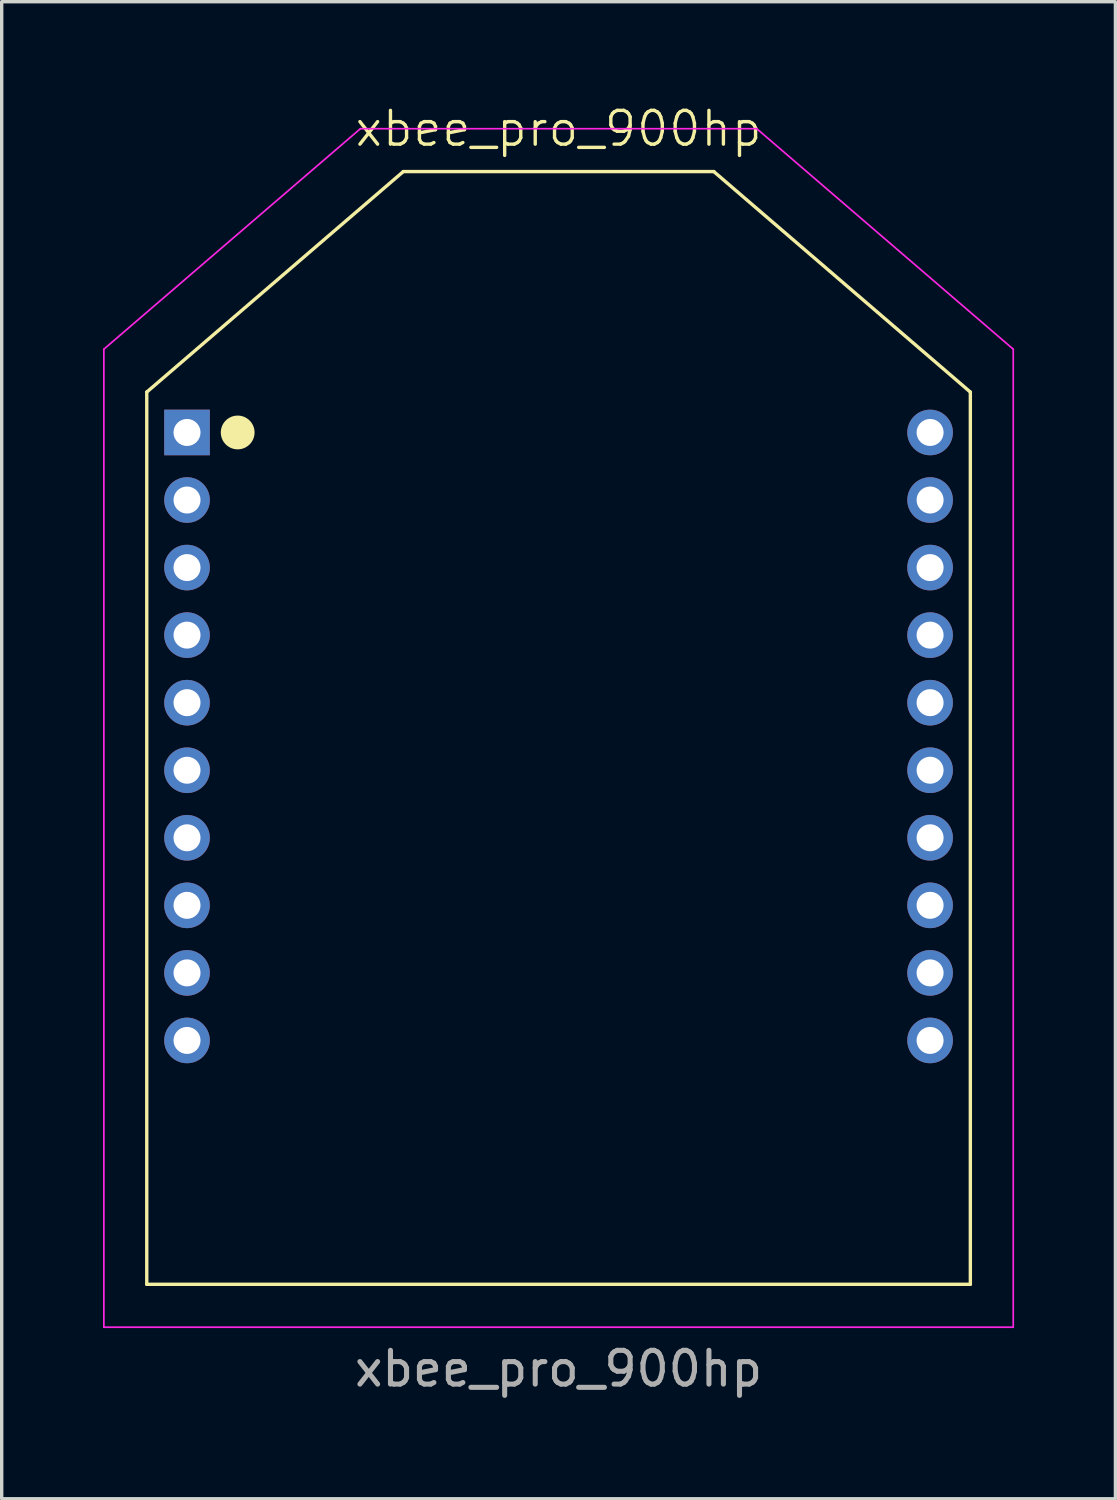
<source format=kicad_pcb>
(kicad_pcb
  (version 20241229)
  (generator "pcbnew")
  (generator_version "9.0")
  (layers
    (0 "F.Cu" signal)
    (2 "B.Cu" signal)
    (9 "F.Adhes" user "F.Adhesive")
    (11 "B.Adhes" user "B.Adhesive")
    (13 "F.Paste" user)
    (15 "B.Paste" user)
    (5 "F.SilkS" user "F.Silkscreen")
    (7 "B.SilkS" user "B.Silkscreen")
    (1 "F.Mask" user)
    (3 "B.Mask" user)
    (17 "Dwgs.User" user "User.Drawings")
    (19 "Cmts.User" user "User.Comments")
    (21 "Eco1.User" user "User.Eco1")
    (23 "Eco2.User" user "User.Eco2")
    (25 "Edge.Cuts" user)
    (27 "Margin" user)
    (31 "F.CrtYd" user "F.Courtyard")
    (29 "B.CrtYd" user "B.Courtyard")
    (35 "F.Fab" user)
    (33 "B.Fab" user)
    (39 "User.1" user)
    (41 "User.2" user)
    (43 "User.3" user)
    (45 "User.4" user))
  (footprint "xbee_pro_900hp"
    (layer "F.Cu")
    (at 13.487 34.974)
    (property "Reference" "xbee_pro_900hp" (at 0 -34.214 0) (unlocked yes) (layer "F.SilkS") (effects (font (size 1 1) (thickness 0.1))))
    (attr through_hole)
    (fp_line (start -12.192 0) (end -12.192 -26.416) (stroke (width 0.1) (type default)) (layer "F.SilkS"))
    (fp_line (start -12.192 0) (end 12.192 0) (stroke (width 0.1) (type default)) (layer "F.SilkS"))
    (fp_line (start -4.597 -32.944) (end -12.192 -26.416) (stroke (width 0.1) (type default)) (layer "F.SilkS"))
    (fp_line (start -4.597 -32.944) (end 4.597 -32.944) (stroke (width 0.1) (type default)) (layer "F.SilkS"))
    (fp_line (start 4.597 -32.944) (end 12.192 -26.416) (stroke (width 0.1) (type default)) (layer "F.SilkS"))
    (fp_line (start 12.192 0) (end 12.192 -26.416) (stroke (width 0.1) (type default)) (layer "F.SilkS"))
    (fp_circle (center -9.5 -25.22) (end -9 -25.22) (stroke (width 0) (type solid)) (fill yes) (layer "F.SilkS"))
    (fp_line (start -13.462 -27.686) (end -13.462 1.27) (stroke (width 0.05) (type default)) (layer "F.CrtYd"))
    (fp_line (start -5.867 -34.214) (end -13.462 -27.686) (stroke (width 0.05) (type default)) (layer "F.CrtYd"))
    (fp_line (start 5.867 -34.214) (end -5.867 -34.214) (stroke (width 0.05) (type default)) (layer "F.CrtYd"))
    (fp_line (start 5.867 -34.214) (end 13.462 -27.686) (stroke (width 0.05) (type default)) (layer "F.CrtYd"))
    (fp_line (start 13.462 -27.686) (end 13.462 1.27) (stroke (width 0.05) (type default)) (layer "F.CrtYd"))
    (fp_line (start 13.462 1.27) (end -13.462 1.27) (stroke (width 0.05) (type default)) (layer "F.CrtYd"))
    (fp_text user "${REFERENCE}" (at 0 2.5 0) (unlocked yes) (layer "F.Fab") (effects (font (size 1 1) (thickness 0.15))))
    (pad "1" thru_hole rect (at -11 -25.22) (size 1.35 1.35) (drill 0.8) (layers "*.Cu" "*.Mask"))
    (pad "2" thru_hole oval (at -11 -23.22) (size 1.35 1.35) (drill 0.8) (layers "*.Cu" "*.Mask"))
    (pad "3" thru_hole oval (at -11 -21.22) (size 1.35 1.35) (drill 0.8) (layers "*.Cu" "*.Mask"))
    (pad "4" thru_hole oval (at -11 -19.22) (size 1.35 1.35) (drill 0.8) (layers "*.Cu" "*.Mask"))
    (pad "5" thru_hole oval (at -11 -17.22) (size 1.35 1.35) (drill 0.8) (layers "*.Cu" "*.Mask"))
    (pad "6" thru_hole oval (at -11 -15.22) (size 1.35 1.35) (drill 0.8) (layers "*.Cu" "*.Mask"))
    (pad "7" thru_hole oval (at -11 -13.22) (size 1.35 1.35) (drill 0.8) (layers "*.Cu" "*.Mask"))
    (pad "8" thru_hole oval (at -11 -11.22) (size 1.35 1.35) (drill 0.8) (layers "*.Cu" "*.Mask"))
    (pad "9" thru_hole oval (at -11 -9.22) (size 1.35 1.35) (drill 0.8) (layers "*.Cu" "*.Mask"))
    (pad "10" thru_hole oval (at -11 -7.22) (size 1.35 1.35) (drill 0.8) (layers "*.Cu" "*.Mask"))
    (pad "11" thru_hole oval (at 11 -7.22) (size 1.35 1.35) (drill 0.8) (layers "*.Cu" "*.Mask"))
    (pad "12" thru_hole oval (at 11 -9.22) (size 1.35 1.35) (drill 0.8) (layers "*.Cu" "*.Mask"))
    (pad "13" thru_hole oval (at 11 -11.22) (size 1.35 1.35) (drill 0.8) (layers "*.Cu" "*.Mask"))
    (pad "14" thru_hole oval (at 11 -13.22) (size 1.35 1.35) (drill 0.8) (layers "*.Cu" "*.Mask"))
    (pad "15" thru_hole oval (at 11 -15.22) (size 1.35 1.35) (drill 0.8) (layers "*.Cu" "*.Mask"))
    (pad "16" thru_hole oval (at 11 -17.22) (size 1.35 1.35) (drill 0.8) (layers "*.Cu" "*.Mask"))
    (pad "17" thru_hole oval (at 11 -19.22) (size 1.35 1.35) (drill 0.8) (layers "*.Cu" "*.Mask"))
    (pad "18" thru_hole oval (at 11 -21.22) (size 1.35 1.35) (drill 0.8) (layers "*.Cu" "*.Mask"))
    (pad "19" thru_hole oval (at 11 -23.22) (size 1.35 1.35) (drill 0.8) (layers "*.Cu" "*.Mask"))
    (pad "20" thru_hole oval (at 11 -25.22) (size 1.35 1.35) (drill 0.8) (layers "*.Cu" "*.Mask"))
    (zone (net_name "") (layer "F.Cu") (hatch edge 0.5) (connect_pads) (min_thickness 0.25) (filled_areas_thickness no) (keepout (tracks not_allowed) (vias not_allowed) (pads not_allowed) (copperpour allowed) (footprints allowed)) (placement (enabled no)) (fill) (polygon (pts (xy 3.162 9.079) (xy 23.812 9.079) (xy 23.812 34.929) (xy 3.162 34.929))))
    (zone (net_name "") (layers "F.Cu" "B.Cu") (hatch edge 0.5) (connect_pads) (min_thickness 0.25) (filled_areas_thickness no) (keepout (tracks not_allowed) (vias not_allowed) (pads not_allowed) (copperpour allowed) (footprints allowed)) (placement (enabled no)) (fill) (polygon (pts (xy 1.812 9.079) (xy 1.812 28.429) (xy 3.162 28.429) (xy 3.162 9.079))))
    (zone (net_name "") (layers "F.Cu" "B.Cu") (hatch edge 0.5) (connect_pads) (min_thickness 0.25) (filled_areas_thickness no) (keepout (tracks not_allowed) (vias not_allowed) (pads not_allowed) (copperpour allowed) (footprints allowed)) (placement (enabled no)) (fill) (polygon (pts (xy 23.812 9.079) (xy 23.812 28.429) (xy 25.162 28.429) (xy 25.162 9.079)))))
  (gr_rect
    (start -3 -3)
    (end 29.974 41.323)
    (stroke (width 0.1) (type default))
    (fill no)
    (layer "Edge.Cuts")))
</source>
